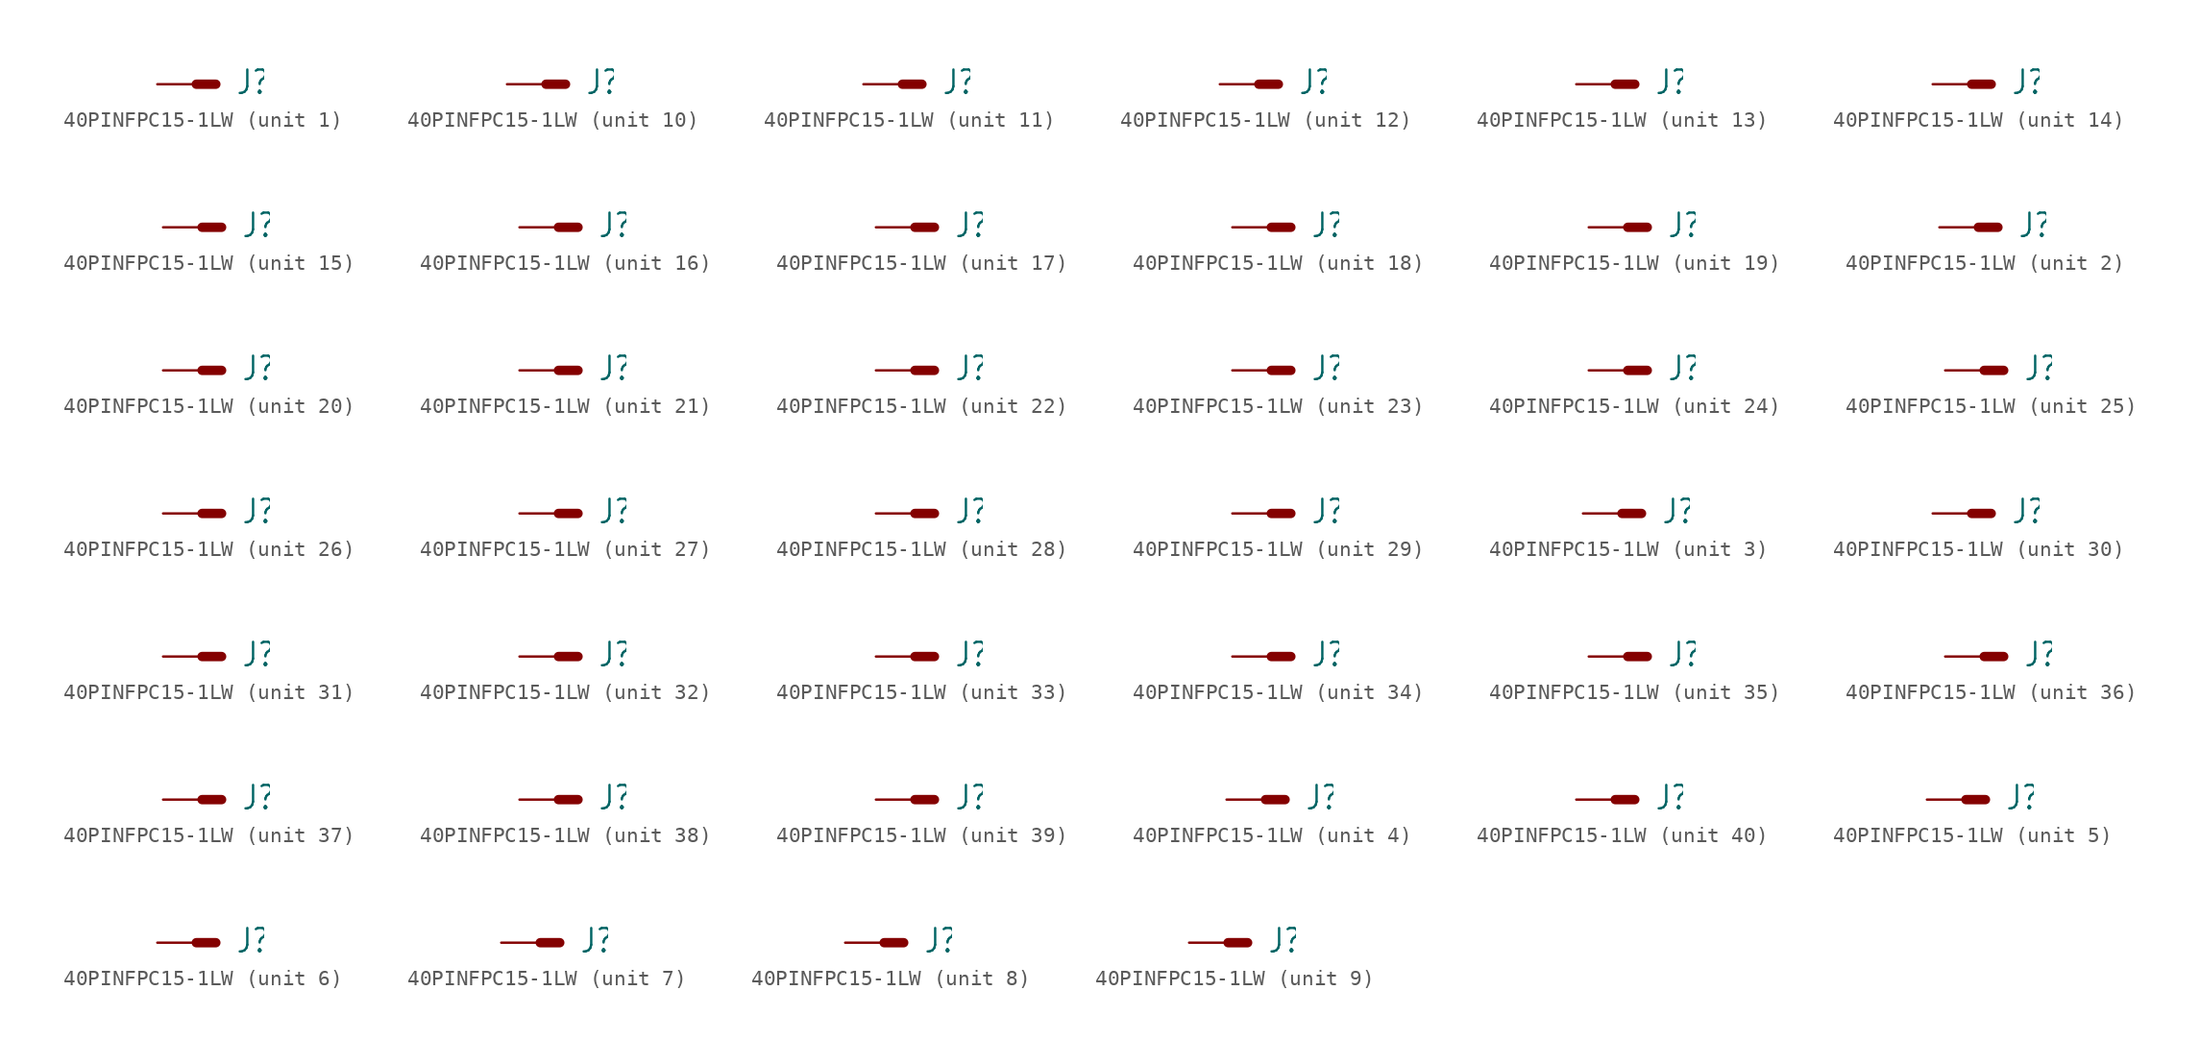
<source format=kicad_sym>
(kicad_symbol_lib
  (version 20220914)
  (generator kicad_symbol_editor)
  (symbol "40PINFPC15-1LW"
    (property "Reference" "J"
      (at 2.54 -0.762 0)
      (effects (font (size 1.524 1.295)) (justify left bottom)))
    (property "ki_locked" ""
      (at 0 0 0)
      (effects (font (size 1.27 1.27))))
    (symbol "40PINFPC15-1LW_1_0"
      (polyline (pts (xy 0 0) (xy 1.27 0)) (stroke (width 0.61) (type solid)) (fill (type none)))
      (pin passive line (at -2.54 0 0) (length 2.54) (name "MSV" (effects (font (size 0 0)))) (number "1" (effects (font (size 0 0))))))
    (symbol "40PINFPC15-1LW_2_0"
      (polyline (pts (xy 0 0) (xy 1.27 0)) (stroke (width 0.61) (type solid)) (fill (type none)))
      (pin passive line (at -2.54 0 0) (length 2.54) (name "MS" (effects (font (size 0 0)))) (number "2" (effects (font (size 0 0))))))
    (symbol "40PINFPC15-1LW_3_0"
      (polyline (pts (xy 0 0) (xy 1.27 0)) (stroke (width 0.61) (type solid)) (fill (type none)))
      (pin passive line (at -2.54 0 0) (length 2.54) (name "MS" (effects (font (size 0 0)))) (number "3" (effects (font (size 0 0))))))
    (symbol "40PINFPC15-1LW_4_0"
      (polyline (pts (xy 0 0) (xy 1.27 0)) (stroke (width 0.61) (type solid)) (fill (type none)))
      (pin passive line (at -2.54 0 0) (length 2.54) (name "MS" (effects (font (size 0 0)))) (number "4" (effects (font (size 0 0))))))
    (symbol "40PINFPC15-1LW_5_0"
      (polyline (pts (xy 0 0) (xy 1.27 0)) (stroke (width 0.61) (type solid)) (fill (type none)))
      (pin passive line (at -2.54 0 0) (length 2.54) (name "MS" (effects (font (size 0 0)))) (number "5" (effects (font (size 0 0))))))
    (symbol "40PINFPC15-1LW_6_0"
      (polyline (pts (xy 0 0) (xy 1.27 0)) (stroke (width 0.61) (type solid)) (fill (type none)))
      (pin passive line (at -2.54 0 0) (length 2.54) (name "MS" (effects (font (size 0 0)))) (number "6" (effects (font (size 0 0))))))
    (symbol "40PINFPC15-1LW_7_0"
      (polyline (pts (xy 0 0) (xy 1.27 0)) (stroke (width 0.61) (type solid)) (fill (type none)))
      (pin passive line (at -2.54 0 0) (length 2.54) (name "MS" (effects (font (size 0 0)))) (number "7" (effects (font (size 0 0))))))
    (symbol "40PINFPC15-1LW_8_0"
      (polyline (pts (xy 0 0) (xy 1.27 0)) (stroke (width 0.61) (type solid)) (fill (type none)))
      (pin passive line (at -2.54 0 0) (length 2.54) (name "MS" (effects (font (size 0 0)))) (number "8" (effects (font (size 0 0))))))
    (symbol "40PINFPC15-1LW_9_0"
      (polyline (pts (xy 0 0) (xy 1.27 0)) (stroke (width 0.61) (type solid)) (fill (type none)))
      (pin passive line (at -2.54 0 0) (length 2.54) (name "MS" (effects (font (size 0 0)))) (number "9" (effects (font (size 0 0))))))
    (symbol "40PINFPC15-1LW_10_0"
      (polyline (pts (xy 0 0) (xy 1.27 0)) (stroke (width 0.61) (type solid)) (fill (type none)))
      (pin passive line (at -2.54 0 0) (length 2.54) (name "MS" (effects (font (size 0 0)))) (number "10" (effects (font (size 0 0))))))
    (symbol "40PINFPC15-1LW_11_0"
      (polyline (pts (xy 0 0) (xy 1.27 0)) (stroke (width 0.61) (type solid)) (fill (type none)))
      (pin passive line (at -2.54 0 0) (length 2.54) (name "MS" (effects (font (size 0 0)))) (number "11" (effects (font (size 0 0))))))
    (symbol "40PINFPC15-1LW_12_0"
      (polyline (pts (xy 0 0) (xy 1.27 0)) (stroke (width 0.61) (type solid)) (fill (type none)))
      (pin passive line (at -2.54 0 0) (length 2.54) (name "MS" (effects (font (size 0 0)))) (number "12" (effects (font (size 0 0))))))
    (symbol "40PINFPC15-1LW_13_0"
      (polyline (pts (xy 0 0) (xy 1.27 0)) (stroke (width 0.61) (type solid)) (fill (type none)))
      (pin passive line (at -2.54 0 0) (length 2.54) (name "MS" (effects (font (size 0 0)))) (number "13" (effects (font (size 0 0))))))
    (symbol "40PINFPC15-1LW_14_0"
      (polyline (pts (xy 0 0) (xy 1.27 0)) (stroke (width 0.61) (type solid)) (fill (type none)))
      (pin passive line (at -2.54 0 0) (length 2.54) (name "MS" (effects (font (size 0 0)))) (number "14" (effects (font (size 0 0))))))
    (symbol "40PINFPC15-1LW_15_0"
      (polyline (pts (xy 0 0) (xy 1.27 0)) (stroke (width 0.61) (type solid)) (fill (type none)))
      (pin passive line (at -2.54 0 0) (length 2.54) (name "MS" (effects (font (size 0 0)))) (number "15" (effects (font (size 0 0))))))
    (symbol "40PINFPC15-1LW_16_0"
      (polyline (pts (xy 0 0) (xy 1.27 0)) (stroke (width 0.61) (type solid)) (fill (type none)))
      (pin passive line (at -2.54 0 0) (length 2.54) (name "MS" (effects (font (size 0 0)))) (number "16" (effects (font (size 0 0))))))
    (symbol "40PINFPC15-1LW_17_0"
      (polyline (pts (xy 0 0) (xy 1.27 0)) (stroke (width 0.61) (type solid)) (fill (type none)))
      (pin passive line (at -2.54 0 0) (length 2.54) (name "MS" (effects (font (size 0 0)))) (number "17" (effects (font (size 0 0))))))
    (symbol "40PINFPC15-1LW_18_0"
      (polyline (pts (xy 0 0) (xy 1.27 0)) (stroke (width 0.61) (type solid)) (fill (type none)))
      (pin passive line (at -2.54 0 0) (length 2.54) (name "MS" (effects (font (size 0 0)))) (number "18" (effects (font (size 0 0))))))
    (symbol "40PINFPC15-1LW_19_0"
      (polyline (pts (xy 0 0) (xy 1.27 0)) (stroke (width 0.61) (type solid)) (fill (type none)))
      (pin passive line (at -2.54 0 0) (length 2.54) (name "MS" (effects (font (size 0 0)))) (number "19" (effects (font (size 0 0))))))
    (symbol "40PINFPC15-1LW_20_0"
      (polyline (pts (xy 0 0) (xy 1.27 0)) (stroke (width 0.61) (type solid)) (fill (type none)))
      (pin passive line (at -2.54 0 0) (length 2.54) (name "MS" (effects (font (size 0 0)))) (number "20" (effects (font (size 0 0))))))
    (symbol "40PINFPC15-1LW_21_0"
      (polyline (pts (xy 0 0) (xy 1.27 0)) (stroke (width 0.61) (type solid)) (fill (type none)))
      (pin passive line (at -2.54 0 0) (length 2.54) (name "MS" (effects (font (size 0 0)))) (number "21" (effects (font (size 0 0))))))
    (symbol "40PINFPC15-1LW_22_0"
      (polyline (pts (xy 0 0) (xy 1.27 0)) (stroke (width 0.61) (type solid)) (fill (type none)))
      (pin passive line (at -2.54 0 0) (length 2.54) (name "MS" (effects (font (size 0 0)))) (number "22" (effects (font (size 0 0))))))
    (symbol "40PINFPC15-1LW_23_0"
      (polyline (pts (xy 0 0) (xy 1.27 0)) (stroke (width 0.61) (type solid)) (fill (type none)))
      (pin passive line (at -2.54 0 0) (length 2.54) (name "MS" (effects (font (size 0 0)))) (number "23" (effects (font (size 0 0))))))
    (symbol "40PINFPC15-1LW_24_0"
      (polyline (pts (xy 0 0) (xy 1.27 0)) (stroke (width 0.61) (type solid)) (fill (type none)))
      (pin passive line (at -2.54 0 0) (length 2.54) (name "MS" (effects (font (size 0 0)))) (number "24" (effects (font (size 0 0))))))
    (symbol "40PINFPC15-1LW_25_0"
      (polyline (pts (xy 0 0) (xy 1.27 0)) (stroke (width 0.61) (type solid)) (fill (type none)))
      (pin passive line (at -2.54 0 0) (length 2.54) (name "MS" (effects (font (size 0 0)))) (number "25" (effects (font (size 0 0))))))
    (symbol "40PINFPC15-1LW_26_0"
      (polyline (pts (xy 0 0) (xy 1.27 0)) (stroke (width 0.61) (type solid)) (fill (type none)))
      (pin passive line (at -2.54 0 0) (length 2.54) (name "MS" (effects (font (size 0 0)))) (number "26" (effects (font (size 0 0))))))
    (symbol "40PINFPC15-1LW_27_0"
      (polyline (pts (xy 0 0) (xy 1.27 0)) (stroke (width 0.61) (type solid)) (fill (type none)))
      (pin passive line (at -2.54 0 0) (length 2.54) (name "MS" (effects (font (size 0 0)))) (number "27" (effects (font (size 0 0))))))
    (symbol "40PINFPC15-1LW_28_0"
      (polyline (pts (xy 0 0) (xy 1.27 0)) (stroke (width 0.61) (type solid)) (fill (type none)))
      (pin passive line (at -2.54 0 0) (length 2.54) (name "MS" (effects (font (size 0 0)))) (number "28" (effects (font (size 0 0))))))
    (symbol "40PINFPC15-1LW_29_0"
      (polyline (pts (xy 0 0) (xy 1.27 0)) (stroke (width 0.61) (type solid)) (fill (type none)))
      (pin passive line (at -2.54 0 0) (length 2.54) (name "MS" (effects (font (size 0 0)))) (number "29" (effects (font (size 0 0))))))
    (symbol "40PINFPC15-1LW_30_0"
      (polyline (pts (xy 0 0) (xy 1.27 0)) (stroke (width 0.61) (type solid)) (fill (type none)))
      (pin passive line (at -2.54 0 0) (length 2.54) (name "MS" (effects (font (size 0 0)))) (number "30" (effects (font (size 0 0))))))
    (symbol "40PINFPC15-1LW_31_0"
      (polyline (pts (xy 0 0) (xy 1.27 0)) (stroke (width 0.61) (type solid)) (fill (type none)))
      (pin passive line (at -2.54 0 0) (length 2.54) (name "MS" (effects (font (size 0 0)))) (number "31" (effects (font (size 0 0))))))
    (symbol "40PINFPC15-1LW_32_0"
      (polyline (pts (xy 0 0) (xy 1.27 0)) (stroke (width 0.61) (type solid)) (fill (type none)))
      (pin passive line (at -2.54 0 0) (length 2.54) (name "MS" (effects (font (size 0 0)))) (number "32" (effects (font (size 0 0))))))
    (symbol "40PINFPC15-1LW_33_0"
      (polyline (pts (xy 0 0) (xy 1.27 0)) (stroke (width 0.61) (type solid)) (fill (type none)))
      (pin passive line (at -2.54 0 0) (length 2.54) (name "MS" (effects (font (size 0 0)))) (number "33" (effects (font (size 0 0))))))
    (symbol "40PINFPC15-1LW_34_0"
      (polyline (pts (xy 0 0) (xy 1.27 0)) (stroke (width 0.61) (type solid)) (fill (type none)))
      (pin passive line (at -2.54 0 0) (length 2.54) (name "MS" (effects (font (size 0 0)))) (number "34" (effects (font (size 0 0))))))
    (symbol "40PINFPC15-1LW_35_0"
      (polyline (pts (xy 0 0) (xy 1.27 0)) (stroke (width 0.61) (type solid)) (fill (type none)))
      (pin passive line (at -2.54 0 0) (length 2.54) (name "MS" (effects (font (size 0 0)))) (number "35" (effects (font (size 0 0))))))
    (symbol "40PINFPC15-1LW_36_0"
      (polyline (pts (xy 0 0) (xy 1.27 0)) (stroke (width 0.61) (type solid)) (fill (type none)))
      (pin passive line (at -2.54 0 0) (length 2.54) (name "MS" (effects (font (size 0 0)))) (number "36" (effects (font (size 0 0))))))
    (symbol "40PINFPC15-1LW_37_0"
      (polyline (pts (xy 0 0) (xy 1.27 0)) (stroke (width 0.61) (type solid)) (fill (type none)))
      (pin passive line (at -2.54 0 0) (length 2.54) (name "MS" (effects (font (size 0 0)))) (number "37" (effects (font (size 0 0))))))
    (symbol "40PINFPC15-1LW_38_0"
      (polyline (pts (xy 0 0) (xy 1.27 0)) (stroke (width 0.61) (type solid)) (fill (type none)))
      (pin passive line (at -2.54 0 0) (length 2.54) (name "MS" (effects (font (size 0 0)))) (number "38" (effects (font (size 0 0))))))
    (symbol "40PINFPC15-1LW_39_0"
      (polyline (pts (xy 0 0) (xy 1.27 0)) (stroke (width 0.61) (type solid)) (fill (type none)))
      (pin passive line (at -2.54 0 0) (length 2.54) (name "MS" (effects (font (size 0 0)))) (number "39" (effects (font (size 0 0))))))
    (symbol "40PINFPC15-1LW_40_0"
      (polyline (pts (xy 0 0) (xy 1.27 0)) (stroke (width 0.61) (type solid)) (fill (type none)))
      (pin passive line (at -2.54 0 0) (length 2.54) (name "MS" (effects (font (size 0 0)))) (number "40" (effects (font (size 0 0))))))))
</source>
